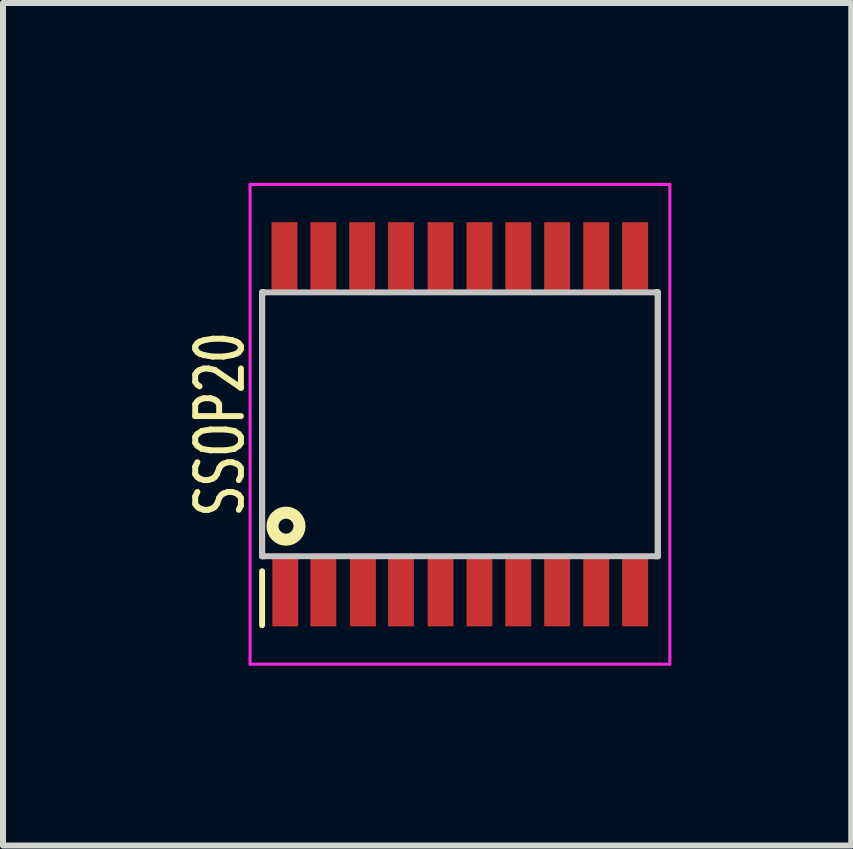
<source format=kicad_pcb>
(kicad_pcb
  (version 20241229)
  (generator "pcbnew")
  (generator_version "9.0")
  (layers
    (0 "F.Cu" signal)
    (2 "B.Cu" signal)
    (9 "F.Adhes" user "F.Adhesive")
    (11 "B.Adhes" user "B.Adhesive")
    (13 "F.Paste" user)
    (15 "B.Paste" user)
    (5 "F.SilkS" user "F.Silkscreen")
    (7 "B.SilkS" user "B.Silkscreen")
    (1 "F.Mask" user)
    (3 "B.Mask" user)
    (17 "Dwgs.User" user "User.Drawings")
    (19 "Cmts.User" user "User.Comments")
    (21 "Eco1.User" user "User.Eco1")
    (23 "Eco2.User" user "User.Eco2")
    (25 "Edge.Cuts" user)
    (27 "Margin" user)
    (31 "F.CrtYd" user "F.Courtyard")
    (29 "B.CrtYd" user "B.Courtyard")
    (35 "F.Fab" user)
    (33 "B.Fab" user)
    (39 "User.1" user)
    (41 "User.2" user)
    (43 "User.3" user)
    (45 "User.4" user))
  (footprint "SSOP20"
    (layer "F.Cu")
    (at 4.62 4.025)
    (property "Reference" "SSOP20" (at -4 0 90) (layer "F.SilkS") (effects (font (size 0.762 0.521) (thickness 0.099))))
    (attr smd)
    (fp_line (start -3.299 -2.2) (end -3.251 -2.2) (stroke (width 0.099) (type solid)) (layer "F.SilkS"))
    (fp_line (start -3.299 2.2) (end -3.299 -2.2) (stroke (width 0.099) (type solid)) (layer "F.SilkS"))
    (fp_line (start -3.299 3.35) (end -3.299 2.451) (stroke (width 0.099) (type solid)) (layer "F.SilkS"))
    (fp_line (start -3.251 2.2) (end -3.299 2.2) (stroke (width 0.099) (type solid)) (layer "F.SilkS"))
    (fp_line (start 3.251 -2.2) (end 3.299 -2.2) (stroke (width 0.099) (type solid)) (layer "F.SilkS"))
    (fp_line (start 3.299 -2.2) (end 3.299 2.2) (stroke (width 0.099) (type solid)) (layer "F.SilkS"))
    (fp_line (start 3.299 2.2) (end 3.251 2.2) (stroke (width 0.099) (type solid)) (layer "F.SilkS"))
    (fp_circle (center -2.901 1.699) (end -2.7 1.801) (stroke (width 0.201) (type solid)) (fill no) (layer "F.SilkS"))
    (fp_line (start -3.299 -2.2) (end -3.299 2.2) (stroke (width 0.099) (type solid)) (layer "Dwgs.User"))
    (fp_line (start -3.299 2.2) (end 3.299 2.2) (stroke (width 0.099) (type solid)) (layer "Dwgs.User"))
    (fp_line (start 3.299 -2.2) (end -3.299 -2.2) (stroke (width 0.099) (type solid)) (layer "Dwgs.User"))
    (fp_line (start 3.299 2.2) (end 3.299 -2.2) (stroke (width 0.099) (type solid)) (layer "Dwgs.User"))
    (fp_line (start -3.5 -4) (end 3.5 -4) (stroke (width 0.05) (type solid)) (layer "F.CrtYd"))
    (fp_line (start -3.5 4) (end -3.5 -4) (stroke (width 0.05) (type solid)) (layer "F.CrtYd"))
    (fp_line (start 3.5 -4) (end 3.5 4) (stroke (width 0.05) (type solid)) (layer "F.CrtYd"))
    (fp_line (start 3.5 4) (end -3.5 4) (stroke (width 0.05) (type solid)) (layer "F.CrtYd"))
    (pad "1" smd rect (at -2.913 2.794) (size 0.432 1.151) (layers "F.Cu" "F.Mask" "F.Paste"))
    (pad "2" smd rect (at -2.278 2.794) (size 0.432 1.151) (layers "F.Cu" "F.Mask" "F.Paste"))
    (pad "3" smd rect (at -1.618 2.794) (size 0.432 1.151) (layers "F.Cu" "F.Mask" "F.Paste"))
    (pad "4" smd rect (at -0.983 2.794) (size 0.432 1.151) (layers "F.Cu" "F.Mask" "F.Paste"))
    (pad "5" smd rect (at -0.323 2.794) (size 0.432 1.151) (layers "F.Cu" "F.Mask" "F.Paste"))
    (pad "6" smd rect (at 0.325 2.794) (size 0.432 1.151) (layers "F.Cu" "F.Mask" "F.Paste"))
    (pad "7" smd rect (at 0.973 2.794) (size 0.432 1.151) (layers "F.Cu" "F.Mask" "F.Paste"))
    (pad "8" smd rect (at 1.621 2.794) (size 0.432 1.151) (layers "F.Cu" "F.Mask" "F.Paste"))
    (pad "9" smd rect (at 2.273 2.794) (size 0.432 1.151) (layers "F.Cu" "F.Mask" "F.Paste"))
    (pad "10" smd rect (at 2.921 2.794) (size 0.432 1.151) (layers "F.Cu" "F.Mask" "F.Paste"))
    (pad "11" smd rect (at 2.921 -2.794) (size 0.432 1.151) (layers "F.Cu" "F.Mask" "F.Paste"))
    (pad "12" smd rect (at 2.273 -2.794) (size 0.432 1.151) (layers "F.Cu" "F.Mask" "F.Paste"))
    (pad "13" smd rect (at 1.621 -2.794) (size 0.432 1.151) (layers "F.Cu" "F.Mask" "F.Paste"))
    (pad "14" smd rect (at 0.973 -2.794) (size 0.432 1.151) (layers "F.Cu" "F.Mask" "F.Paste"))
    (pad "15" smd rect (at 0.325 -2.794) (size 0.432 1.151) (layers "F.Cu" "F.Mask" "F.Paste"))
    (pad "16" smd rect (at -0.323 -2.794) (size 0.432 1.151) (layers "F.Cu" "F.Mask" "F.Paste"))
    (pad "17" smd rect (at -0.983 -2.794) (size 0.432 1.151) (layers "F.Cu" "F.Mask" "F.Paste"))
    (pad "18" smd rect (at -1.631 -2.794) (size 0.432 1.151) (layers "F.Cu" "F.Mask" "F.Paste"))
    (pad "19" smd rect (at -2.278 -2.794) (size 0.432 1.151) (layers "F.Cu" "F.Mask" "F.Paste"))
    (pad "20" smd rect (at -2.926 -2.794) (size 0.432 1.151) (layers "F.Cu" "F.Mask" "F.Paste")))
  (gr_rect
    (start -3 -3)
    (end 11.145 11.05)
    (stroke (width 0.1) (type default))
    (fill no)
    (layer "Edge.Cuts")))
</source>
